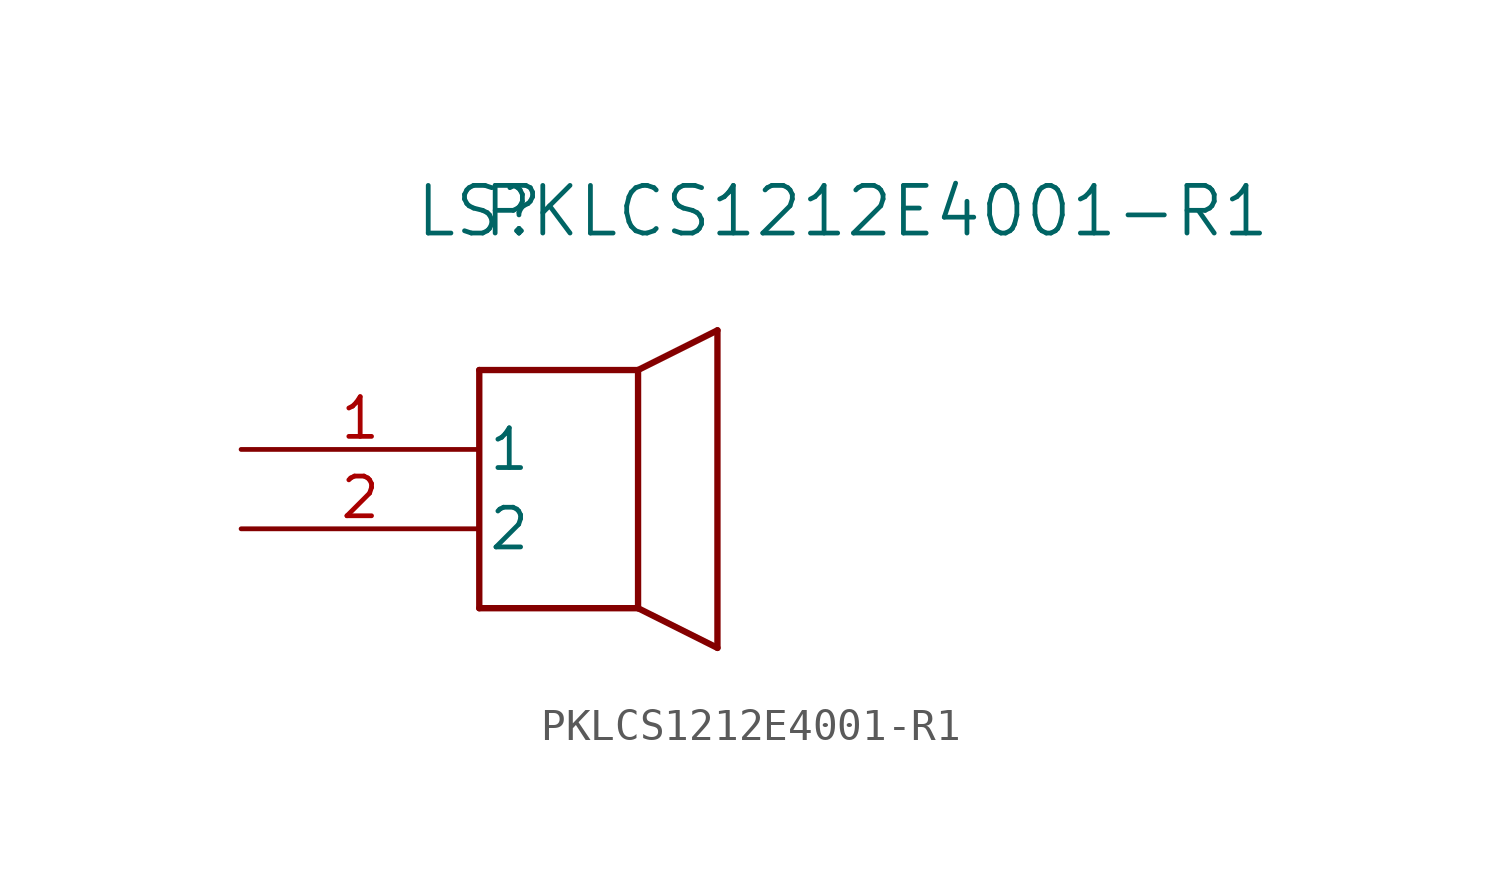
<source format=kicad_sym>
(kicad_symbol_lib
  (version 20220914)
  (generator kicad_symbol_editor)
  (symbol "PKLCS1212E4001-R1"
    (pin_names
      (offset 0.254))
    (property "Reference" "LS"
      (at 7.62 7.62 0)
      (effects (font (size 1.524 1.524))))
    (property "Value" "PKLCS1212E4001-R1"
      (at 20.32 7.62 0)
      (effects (font (size 1.524 1.524))))
    (property "ki_locked" ""
      (at 0 0 0)
      (effects (font (size 1.27 1.27))))
    (symbol "PKLCS1212E4001-R1_0_1"
      (polyline (pts (xy 7.62 -5.08) (xy 12.7 -5.08)) (stroke (width 0.203) (type default)) (fill (type none)))
      (polyline (pts (xy 7.62 2.54) (xy 7.62 -5.08)) (stroke (width 0.203) (type default)) (fill (type none)))
      (polyline (pts (xy 12.7 -5.08) (xy 12.7 2.54)) (stroke (width 0.203) (type default)) (fill (type none)))
      (polyline (pts (xy 12.7 2.54) (xy 7.62 2.54)) (stroke (width 0.203) (type default)) (fill (type none)))
      (polyline (pts (xy 12.7 2.54) (xy 15.24 3.81)) (stroke (width 0.203) (type default)) (fill (type none)))
      (polyline (pts (xy 15.24 -6.35) (xy 12.7 -5.08)) (stroke (width 0.203) (type default)) (fill (type none)))
      (polyline (pts (xy 15.24 3.81) (xy 15.24 -6.35)) (stroke (width 0.203) (type default)) (fill (type none)))
      (pin passive line (at 0 0 0) (length 7.62) (name "1" (effects (font (size 1.27 1.27)))) (number "1" (effects (font (size 1.27 1.27)))))
      (pin passive line (at 0 -2.54 0) (length 7.62) (name "2" (effects (font (size 1.27 1.27)))) (number "2" (effects (font (size 1.27 1.27))))))))
</source>
